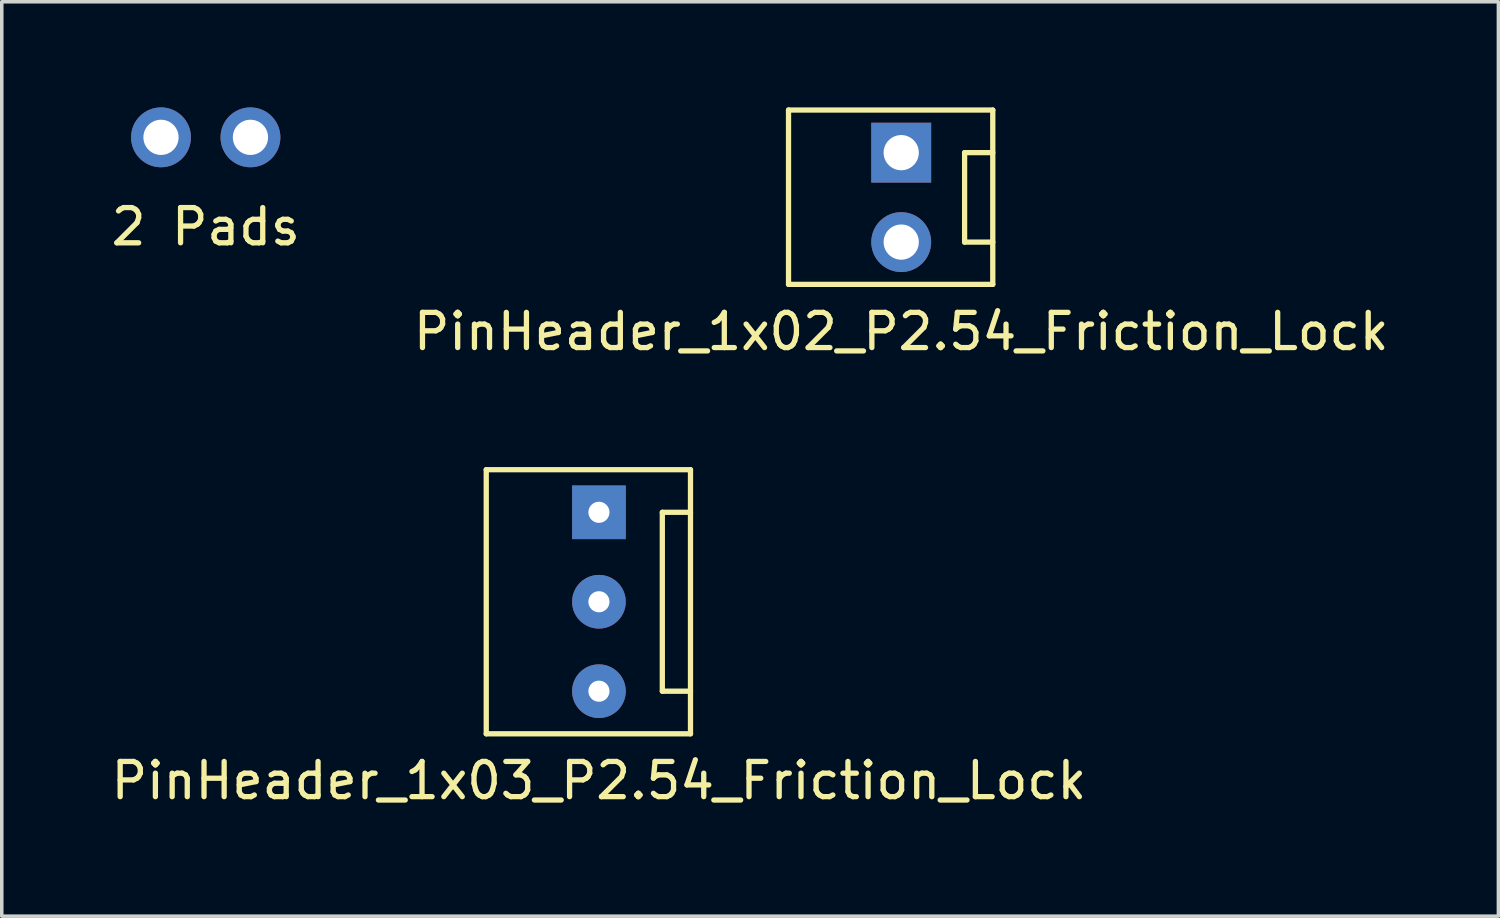
<source format=kicad_pcb>
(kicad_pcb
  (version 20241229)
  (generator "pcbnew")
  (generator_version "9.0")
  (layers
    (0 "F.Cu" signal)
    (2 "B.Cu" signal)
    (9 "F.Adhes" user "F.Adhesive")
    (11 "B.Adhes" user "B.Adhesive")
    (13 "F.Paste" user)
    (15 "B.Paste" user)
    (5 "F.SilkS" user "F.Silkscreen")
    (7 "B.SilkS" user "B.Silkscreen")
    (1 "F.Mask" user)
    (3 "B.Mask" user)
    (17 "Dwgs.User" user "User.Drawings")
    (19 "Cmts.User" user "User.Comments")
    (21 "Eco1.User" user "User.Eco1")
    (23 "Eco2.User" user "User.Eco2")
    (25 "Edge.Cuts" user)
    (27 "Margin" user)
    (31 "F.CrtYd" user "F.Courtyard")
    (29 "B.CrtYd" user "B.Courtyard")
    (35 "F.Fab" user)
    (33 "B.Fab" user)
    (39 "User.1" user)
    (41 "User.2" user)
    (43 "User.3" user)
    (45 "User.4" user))
  (footprint "PinHeader_1x03_P2.54_Friction_Lock"
    (layer "F.Cu")
    (at 13.958 14.038)
    (property "Reference" "PinHeader_1x03_P2.54_Friction_Lock" (at 0 5.08 0) (layer "F.SilkS") (effects (font (size 1 1) (thickness 0.15))))
    (attr through_hole)
    (fp_line (start -3.2 -3.75) (end -3.2 3.75) (stroke (width 0.15) (type solid)) (layer "F.SilkS"))
    (fp_line (start -3.2 -3.75) (end 2.6 -3.75) (stroke (width 0.15) (type solid)) (layer "F.SilkS"))
    (fp_line (start -3.2 3.75) (end 2.6 3.75) (stroke (width 0.15) (type solid)) (layer "F.SilkS"))
    (fp_line (start 1.8 -2.54) (end 1.8 2.54) (stroke (width 0.15) (type solid)) (layer "F.SilkS"))
    (fp_line (start 1.8 -2.54) (end 2.6 -2.54) (stroke (width 0.15) (type solid)) (layer "F.SilkS"))
    (fp_line (start 1.8 2.54) (end 2.6 2.54) (stroke (width 0.15) (type solid)) (layer "F.SilkS"))
    (fp_line (start 2.6 3.75) (end 2.6 -3.75) (stroke (width 0.15) (type solid)) (layer "F.SilkS"))
    (pad "1" thru_hole rect (at 0 -2.54) (size 1.524 1.524) (drill 0.6) (layers "*.Cu" "*.Mask"))
    (pad "2" thru_hole circle (at 0 0) (size 1.524 1.524) (drill 0.6) (layers "*.Cu" "*.Mask"))
    (pad "3" thru_hole circle (at 0 2.54) (size 1.524 1.524) (drill 0.6) (layers "*.Cu" "*.Mask")))
  (footprint "PinHeader_1x02_P2.54_Friction_Lock"
    (layer "F.Cu")
    (at 22.542 3.825)
    (property "Reference" "PinHeader_1x02_P2.54_Friction_Lock" (at 0 2.54 0) (layer "F.SilkS") (effects (font (size 1 1) (thickness 0.15))))
    (attr through_hole)
    (fp_line (start -3.2 -3.75) (end -3.2 1.2) (stroke (width 0.15) (type solid)) (layer "F.SilkS"))
    (fp_line (start -3.2 -3.75) (end 2.6 -3.75) (stroke (width 0.15) (type solid)) (layer "F.SilkS"))
    (fp_line (start -3.2 1.2) (end 2.6 1.2) (stroke (width 0.15) (type solid)) (layer "F.SilkS"))
    (fp_line (start 1.8 -2.54) (end 1.8 0) (stroke (width 0.15) (type solid)) (layer "F.SilkS"))
    (fp_line (start 1.8 -2.54) (end 2.6 -2.54) (stroke (width 0.15) (type solid)) (layer "F.SilkS"))
    (fp_line (start 1.8 0) (end 2.6 0) (stroke (width 0.15) (type solid)) (layer "F.SilkS"))
    (fp_line (start 2.6 1.2) (end 2.6 -3.75) (stroke (width 0.15) (type solid)) (layer "F.SilkS"))
    (pad "1" thru_hole rect (at 0 -2.54) (size 1.7 1.7) (drill 1) (layers "*.Cu" "*.Mask"))
    (pad "2" thru_hole circle (at 0 0) (size 1.7 1.7) (drill 1) (layers "*.Cu" "*.Mask")))
  (footprint "2 Pads"
    (layer "F.Cu")
    (at 1.522 0.85)
    (property "Reference" "2 Pads" (at 1.27 2.54 0) (layer "F.SilkS") (effects (font (size 1 1) (thickness 0.15))))
    (attr through_hole)
    (pad "1" thru_hole circle (at 0 0) (size 1.7 1.7) (drill 1) (layers "*.Cu" "*.Mask"))
    (pad "2" thru_hole circle (at 2.54 0) (size 1.7 1.7) (drill 1) (layers "*.Cu" "*.Mask")))
  (gr_rect
    (start -3 -3)
    (end 39.5 22.966)
    (stroke (width 0.1) (type default))
    (fill no)
    (layer "Edge.Cuts")))
</source>
